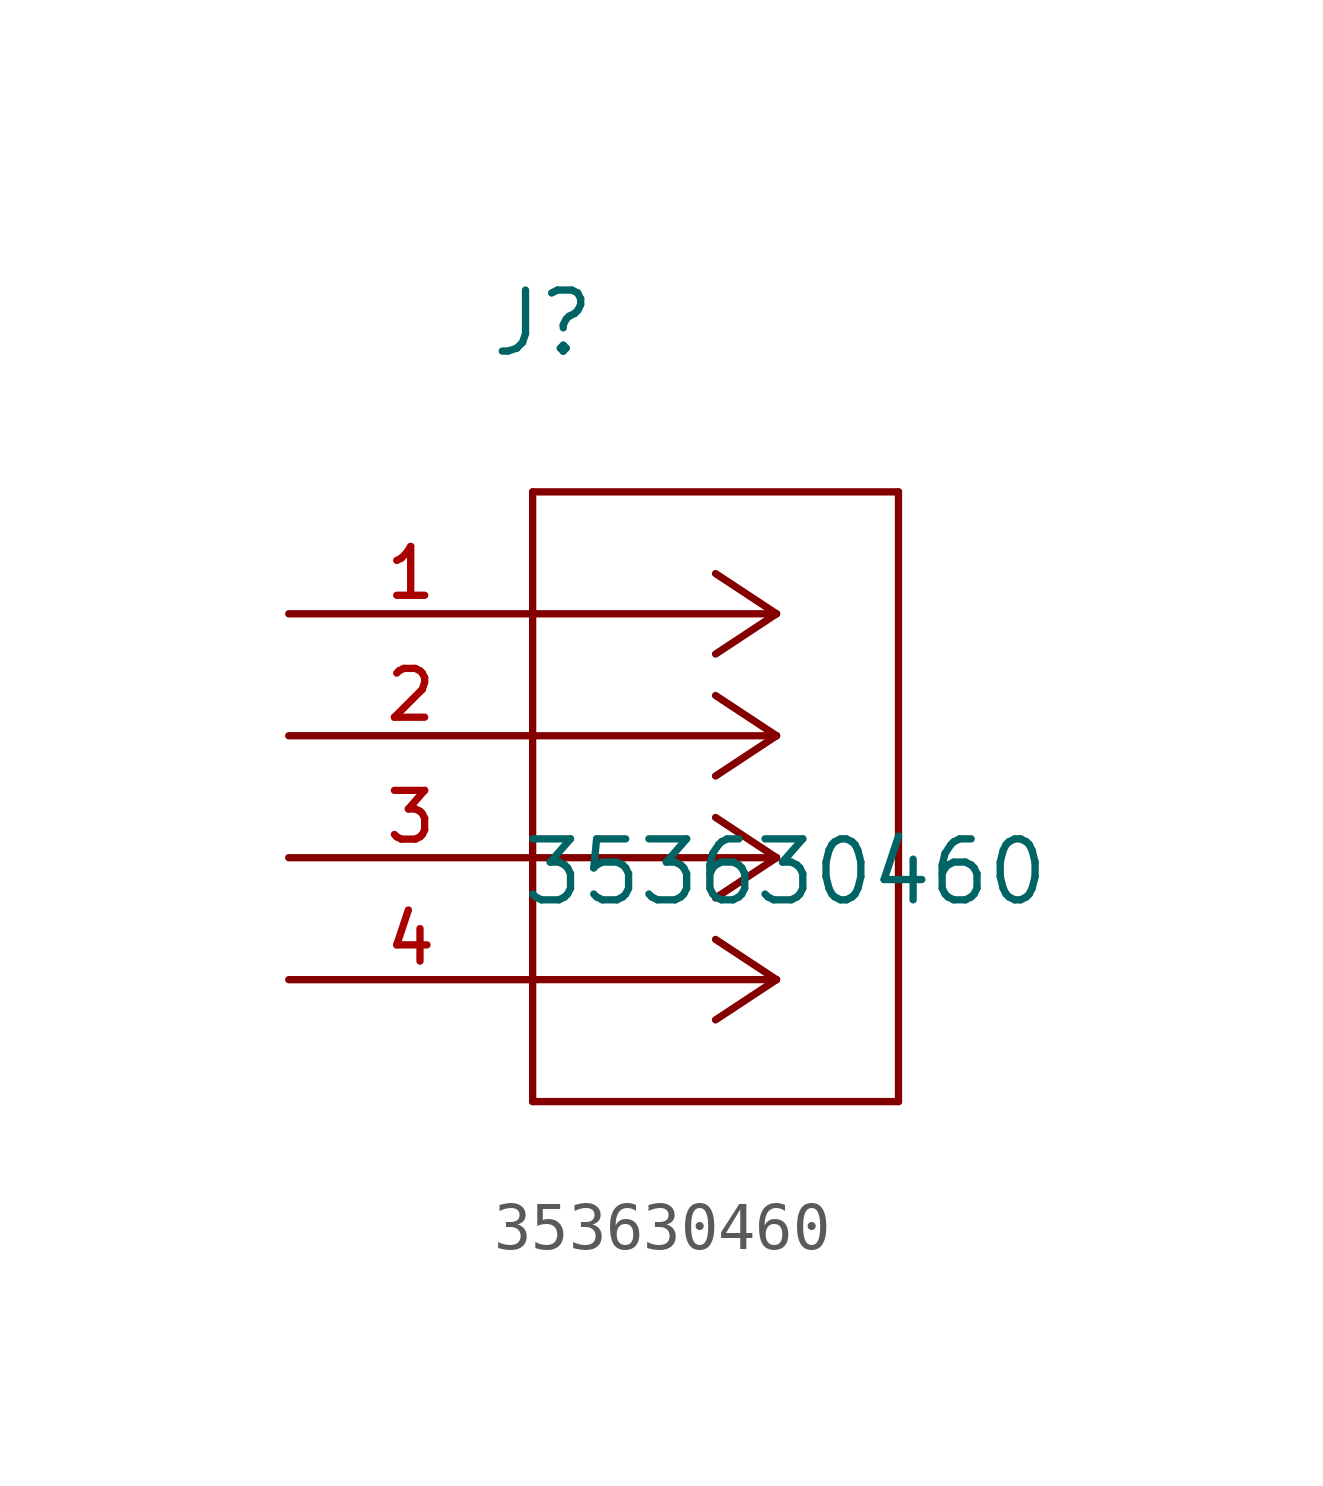
<source format=kicad_sym>
(kicad_symbol_lib
  (version 20211014)
  (generator kicad_symbol_editor)
  (symbol "353630460"
    (pin_names
      (offset 1.016))
    (property "Reference" "J"
      (at 4.166 5.309 0.0)
      (effects (font (size 1.27 1.27)) (justify bottom left)))
    (property "Value" "353630460"
      (at 4.801 -6.121 0.0)
      (effects (font (size 1.27 1.27)) (justify bottom left)))
    (symbol "353630460_0_0"
      (polyline (pts (xy 10.16 0.0) (xy 5.08 0.0)) (stroke (width 0.152)))
      (polyline (pts (xy 10.16 -2.54) (xy 5.08 -2.54)) (stroke (width 0.152)))
      (polyline (pts (xy 10.16 -5.08) (xy 5.08 -5.08)) (stroke (width 0.152)))
      (polyline (pts (xy 10.16 -7.62) (xy 5.08 -7.62)) (stroke (width 0.152)))
      (polyline (pts (xy 10.16 0.0) (xy 8.89 0.838)) (stroke (width 0.152)))
      (polyline (pts (xy 10.16 -2.54) (xy 8.89 -1.702)) (stroke (width 0.152)))
      (polyline (pts (xy 10.16 -5.08) (xy 8.89 -4.242)) (stroke (width 0.152)))
      (polyline (pts (xy 10.16 -7.62) (xy 8.89 -6.782)) (stroke (width 0.152)))
      (polyline (pts (xy 10.16 0.0) (xy 8.89 -0.838)) (stroke (width 0.152)))
      (polyline (pts (xy 10.16 -2.54) (xy 8.89 -3.378)) (stroke (width 0.152)))
      (polyline (pts (xy 10.16 -5.08) (xy 8.89 -5.918)) (stroke (width 0.152)))
      (polyline (pts (xy 10.16 -7.62) (xy 8.89 -8.458)) (stroke (width 0.152)))
      (polyline (pts (xy 5.08 2.54) (xy 5.08 -10.16)) (stroke (width 0.152)))
      (polyline (pts (xy 5.08 -10.16) (xy 12.7 -10.16)) (stroke (width 0.152)))
      (polyline (pts (xy 12.7 -10.16) (xy 12.7 2.54)) (stroke (width 0.152)))
      (polyline (pts (xy 12.7 2.54) (xy 5.08 2.54)) (stroke (width 0.152)))
      (pin passive line (at 0.0 0.0 0) (length 5.08) (name "~" (effects (font (size 1.016 1.016)))) (number "1" (effects (font (size 1.016 1.016)))))
      (pin passive line (at 0.0 -2.54 0) (length 5.08) (name "~" (effects (font (size 1.016 1.016)))) (number "2" (effects (font (size 1.016 1.016)))))
      (pin passive line (at 0.0 -5.08 0) (length 5.08) (name "~" (effects (font (size 1.016 1.016)))) (number "3" (effects (font (size 1.016 1.016)))))
      (pin passive line (at 0.0 -7.62 0) (length 5.08) (name "~" (effects (font (size 1.016 1.016)))) (number "4" (effects (font (size 1.016 1.016))))))))
</source>
